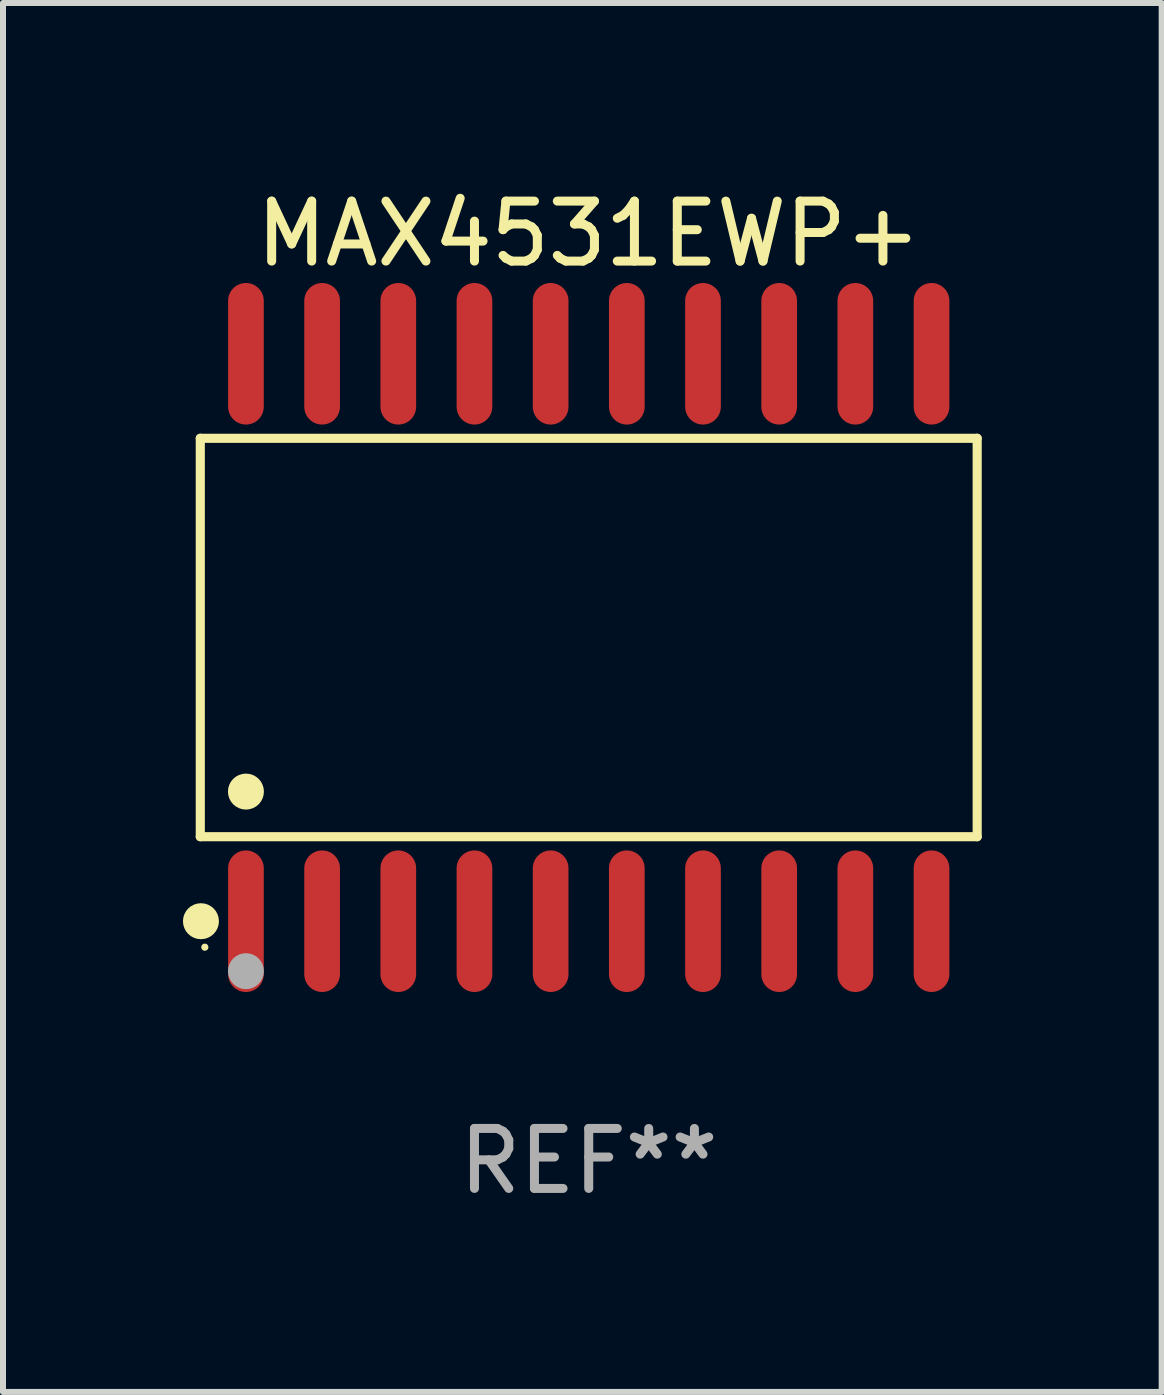
<source format=kicad_pcb>
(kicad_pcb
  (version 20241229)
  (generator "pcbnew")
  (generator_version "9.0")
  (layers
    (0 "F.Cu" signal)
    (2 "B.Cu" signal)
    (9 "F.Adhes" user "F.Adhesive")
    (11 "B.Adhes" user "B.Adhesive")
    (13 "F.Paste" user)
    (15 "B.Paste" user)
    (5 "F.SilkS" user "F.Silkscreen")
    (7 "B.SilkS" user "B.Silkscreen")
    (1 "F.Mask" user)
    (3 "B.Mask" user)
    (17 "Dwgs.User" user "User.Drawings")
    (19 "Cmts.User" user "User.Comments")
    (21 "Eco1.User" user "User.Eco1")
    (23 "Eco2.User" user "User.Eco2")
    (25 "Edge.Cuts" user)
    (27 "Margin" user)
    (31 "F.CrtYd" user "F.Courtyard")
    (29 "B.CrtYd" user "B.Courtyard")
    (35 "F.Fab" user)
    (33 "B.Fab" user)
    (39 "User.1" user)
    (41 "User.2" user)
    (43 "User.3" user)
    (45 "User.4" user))
  (footprint "MAX4531EWP+"
    (layer "F.Cu")
    (at 6.765 7.578)
    (property "Reference" "MAX4531EWP+" (at 0 -6.73 0) (layer "F.SilkS") (effects (font (size 1 1) (thickness 0.15))))
    (attr through_hole)
    (fp_line (start -6.476 -3.321) (end 6.476 -3.321) (stroke (width 0.152) (type solid)) (layer "F.SilkS"))
    (fp_line (start -6.476 3.321) (end -6.476 -3.321) (stroke (width 0.152) (type solid)) (layer "F.SilkS"))
    (fp_line (start 6.476 -3.321) (end 6.476 3.321) (stroke (width 0.152) (type solid)) (layer "F.SilkS"))
    (fp_line (start 6.476 3.321) (end -6.476 3.321) (stroke (width 0.152) (type solid)) (layer "F.SilkS"))
    (fp_circle (center -6.465 4.73) (end -6.315 4.73) (stroke (width 0.3) (type solid)) (fill no) (layer "F.SilkS"))
    (fp_circle (center -6.4 5.163) (end -6.37 5.163) (stroke (width 0.06) (type solid)) (fill no) (layer "F.SilkS"))
    (fp_circle (center -5.715 2.569) (end -5.565 2.569) (stroke (width 0.3) (type solid)) (fill no) (layer "F.SilkS"))
    (fp_circle (center -5.715 5.563) (end -5.565 5.563) (stroke (width 0.3) (type solid)) (fill no) (layer "F.Fab"))
    (fp_text user "REF**" (at 0 8.73 0) (layer "F.Fab") (effects (font (size 1 1) (thickness 0.15))))
    (pad "1" smd oval (at -5.715 4.73) (size 0.595 2.36) (layers "F.Cu" "F.Mask" "F.Paste"))
    (pad "2" smd oval (at -4.445 4.73) (size 0.595 2.36) (layers "F.Cu" "F.Mask" "F.Paste"))
    (pad "3" smd oval (at -3.175 4.73) (size 0.595 2.36) (layers "F.Cu" "F.Mask" "F.Paste"))
    (pad "4" smd oval (at -1.905 4.73) (size 0.595 2.36) (layers "F.Cu" "F.Mask" "F.Paste"))
    (pad "5" smd oval (at -0.635 4.73) (size 0.595 2.36) (layers "F.Cu" "F.Mask" "F.Paste"))
    (pad "6" smd oval (at 0.635 4.73) (size 0.595 2.36) (layers "F.Cu" "F.Mask" "F.Paste"))
    (pad "7" smd oval (at 1.905 4.73) (size 0.595 2.36) (layers "F.Cu" "F.Mask" "F.Paste"))
    (pad "8" smd oval (at 3.175 4.73) (size 0.595 2.36) (layers "F.Cu" "F.Mask" "F.Paste"))
    (pad "9" smd oval (at 4.445 4.73) (size 0.595 2.36) (layers "F.Cu" "F.Mask" "F.Paste"))
    (pad "10" smd oval (at 5.715 4.73) (size 0.595 2.36) (layers "F.Cu" "F.Mask" "F.Paste"))
    (pad "11" smd oval (at 5.715 -4.73) (size 0.595 2.36) (layers "F.Cu" "F.Mask" "F.Paste"))
    (pad "12" smd oval (at 4.445 -4.73) (size 0.595 2.36) (layers "F.Cu" "F.Mask" "F.Paste"))
    (pad "13" smd oval (at 3.175 -4.73) (size 0.595 2.36) (layers "F.Cu" "F.Mask" "F.Paste"))
    (pad "14" smd oval (at 1.905 -4.73) (size 0.595 2.36) (layers "F.Cu" "F.Mask" "F.Paste"))
    (pad "15" smd oval (at 0.635 -4.73) (size 0.595 2.36) (layers "F.Cu" "F.Mask" "F.Paste"))
    (pad "16" smd oval (at -0.635 -4.73) (size 0.595 2.36) (layers "F.Cu" "F.Mask" "F.Paste"))
    (pad "17" smd oval (at -1.905 -4.73) (size 0.595 2.36) (layers "F.Cu" "F.Mask" "F.Paste"))
    (pad "18" smd oval (at -3.175 -4.73) (size 0.595 2.36) (layers "F.Cu" "F.Mask" "F.Paste"))
    (pad "19" smd oval (at -4.445 -4.73) (size 0.595 2.36) (layers "F.Cu" "F.Mask" "F.Paste"))
    (pad "20" smd oval (at -5.715 -4.73) (size 0.595 2.36) (layers "F.Cu" "F.Mask" "F.Paste")))
  (gr_rect
    (start -3 -3)
    (end 16.317 20.156)
    (stroke (width 0.1) (type default))
    (fill no)
    (layer "Edge.Cuts")))
</source>
